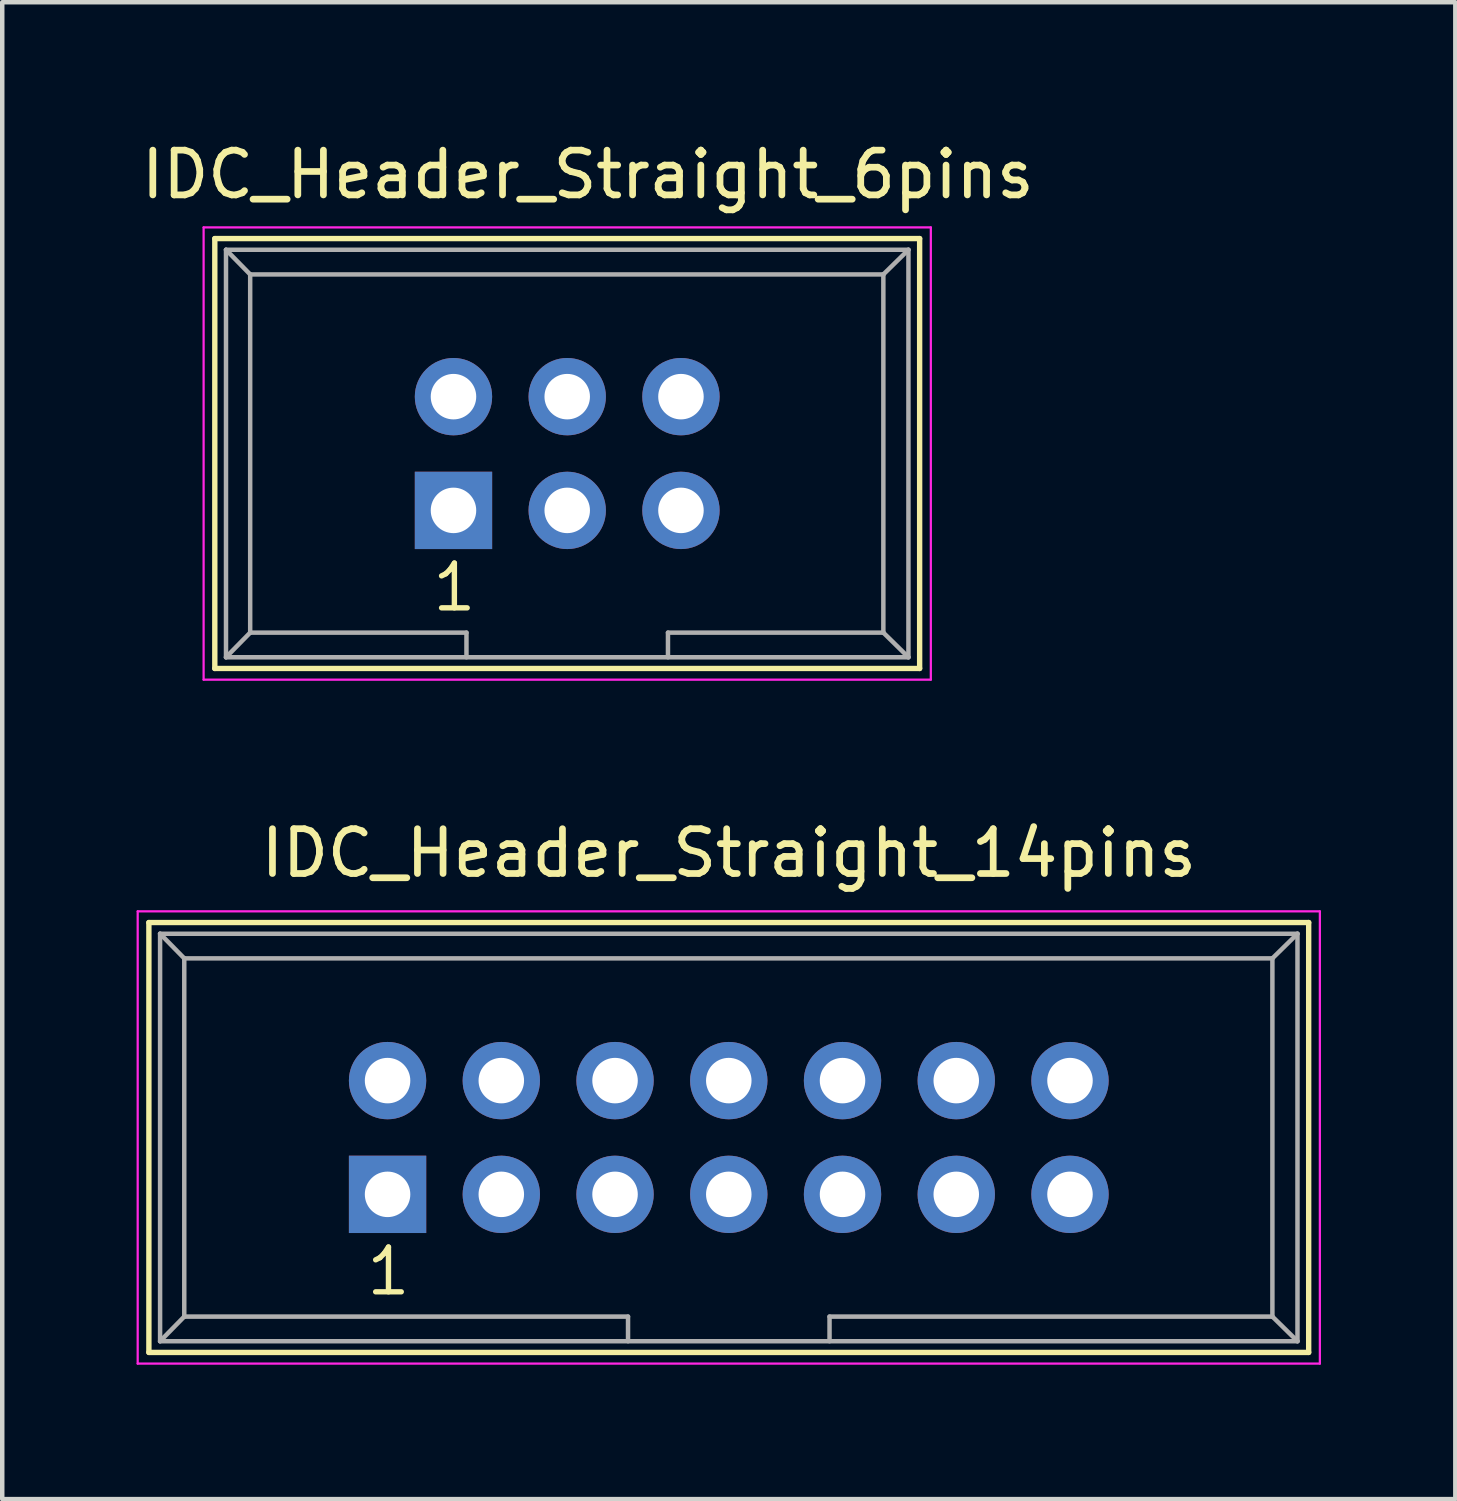
<source format=kicad_pcb>
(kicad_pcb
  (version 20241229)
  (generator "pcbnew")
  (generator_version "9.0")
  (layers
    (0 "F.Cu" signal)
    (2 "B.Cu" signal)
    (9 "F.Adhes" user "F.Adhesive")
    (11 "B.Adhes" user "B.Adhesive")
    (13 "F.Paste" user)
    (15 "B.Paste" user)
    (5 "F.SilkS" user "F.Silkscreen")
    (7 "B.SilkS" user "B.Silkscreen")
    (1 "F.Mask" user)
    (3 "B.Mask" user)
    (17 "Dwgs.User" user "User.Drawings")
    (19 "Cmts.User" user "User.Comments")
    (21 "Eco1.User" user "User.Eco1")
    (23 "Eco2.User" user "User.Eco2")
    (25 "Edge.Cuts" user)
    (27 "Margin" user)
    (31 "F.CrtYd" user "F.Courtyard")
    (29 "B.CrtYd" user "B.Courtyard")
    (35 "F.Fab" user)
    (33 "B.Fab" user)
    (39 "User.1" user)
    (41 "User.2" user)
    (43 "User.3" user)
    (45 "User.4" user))
  (footprint "IDC_Header_Straight_14pins"
    (layer "F.Cu")
    (at 5.605 23.622)
    (property "Reference" "IDC_Header_Straight_14pins" (at 7.62 -7.62 0) (layer "F.SilkS") (effects (font (size 1 1) (thickness 0.15))))
    (attr through_hole)
    (fp_line (start -5.33 -6.07) (end 20.57 -6.07) (stroke (width 0.12) (type solid)) (layer "F.SilkS"))
    (fp_line (start -5.33 3.53) (end -5.33 -6.07) (stroke (width 0.12) (type solid)) (layer "F.SilkS"))
    (fp_line (start 20.57 -6.07) (end 20.57 3.53) (stroke (width 0.12) (type solid)) (layer "F.SilkS"))
    (fp_line (start 20.57 3.53) (end -5.33 3.53) (stroke (width 0.12) (type solid)) (layer "F.SilkS"))
    (fp_line (start -5.58 -6.32) (end 20.82 -6.32) (stroke (width 0.05) (type solid)) (layer "F.CrtYd"))
    (fp_line (start -5.58 3.78) (end -5.58 -6.32) (stroke (width 0.05) (type solid)) (layer "F.CrtYd"))
    (fp_line (start 20.82 -6.32) (end 20.82 3.78) (stroke (width 0.05) (type solid)) (layer "F.CrtYd"))
    (fp_line (start 20.82 3.78) (end -5.58 3.78) (stroke (width 0.05) (type solid)) (layer "F.CrtYd"))
    (fp_line (start -5.08 -5.82) (end -5.08 3.28) (stroke (width 0.1) (type solid)) (layer "F.Fab"))
    (fp_line (start -5.08 -5.82) (end -4.54 -5.27) (stroke (width 0.1) (type solid)) (layer "F.Fab"))
    (fp_line (start -5.08 -5.82) (end 20.32 -5.82) (stroke (width 0.1) (type solid)) (layer "F.Fab"))
    (fp_line (start -5.08 3.28) (end -4.54 2.73) (stroke (width 0.1) (type solid)) (layer "F.Fab"))
    (fp_line (start -5.08 3.28) (end 20.32 3.28) (stroke (width 0.1) (type solid)) (layer "F.Fab"))
    (fp_line (start -4.54 -5.27) (end -4.54 2.73) (stroke (width 0.1) (type solid)) (layer "F.Fab"))
    (fp_line (start -4.54 -5.27) (end 19.76 -5.27) (stroke (width 0.1) (type solid)) (layer "F.Fab"))
    (fp_line (start -4.54 2.73) (end 5.37 2.73) (stroke (width 0.1) (type solid)) (layer "F.Fab"))
    (fp_line (start 5.37 2.73) (end 5.37 3.28) (stroke (width 0.1) (type solid)) (layer "F.Fab"))
    (fp_line (start 9.87 2.73) (end 9.87 3.28) (stroke (width 0.1) (type solid)) (layer "F.Fab"))
    (fp_line (start 9.87 2.73) (end 19.76 2.73) (stroke (width 0.1) (type solid)) (layer "F.Fab"))
    (fp_line (start 19.76 -5.27) (end 19.76 2.73) (stroke (width 0.1) (type solid)) (layer "F.Fab"))
    (fp_line (start 20.32 -5.82) (end 19.76 -5.27) (stroke (width 0.1) (type solid)) (layer "F.Fab"))
    (fp_line (start 20.32 -5.82) (end 20.32 3.28) (stroke (width 0.1) (type solid)) (layer "F.Fab"))
    (fp_line (start 20.32 3.28) (end 19.76 2.73) (stroke (width 0.1) (type solid)) (layer "F.Fab"))
    (fp_text user "1" (at 0.02 1.72 0) (layer "F.SilkS") (effects (font (size 1 1) (thickness 0.12))))
    (pad "1" thru_hole rect (at 0 0) (size 1.727 1.727) (drill 1.016) (layers "*.Cu" "*.Mask"))
    (pad "2" thru_hole oval (at 0 -2.54) (size 1.727 1.727) (drill 1.016) (layers "*.Cu" "*.Mask"))
    (pad "3" thru_hole oval (at 2.54 0) (size 1.727 1.727) (drill 1.016) (layers "*.Cu" "*.Mask"))
    (pad "4" thru_hole oval (at 2.54 -2.54) (size 1.727 1.727) (drill 1.016) (layers "*.Cu" "*.Mask"))
    (pad "5" thru_hole oval (at 5.08 0) (size 1.727 1.727) (drill 1.016) (layers "*.Cu" "*.Mask"))
    (pad "6" thru_hole oval (at 5.08 -2.54) (size 1.727 1.727) (drill 1.016) (layers "*.Cu" "*.Mask"))
    (pad "7" thru_hole oval (at 7.62 0) (size 1.727 1.727) (drill 1.016) (layers "*.Cu" "*.Mask"))
    (pad "8" thru_hole oval (at 7.62 -2.54) (size 1.727 1.727) (drill 1.016) (layers "*.Cu" "*.Mask"))
    (pad "9" thru_hole oval (at 10.16 0) (size 1.727 1.727) (drill 1.016) (layers "*.Cu" "*.Mask"))
    (pad "10" thru_hole oval (at 10.16 -2.54) (size 1.727 1.727) (drill 1.016) (layers "*.Cu" "*.Mask"))
    (pad "11" thru_hole oval (at 12.7 0) (size 1.727 1.727) (drill 1.016) (layers "*.Cu" "*.Mask"))
    (pad "12" thru_hole oval (at 12.7 -2.54) (size 1.727 1.727) (drill 1.016) (layers "*.Cu" "*.Mask"))
    (pad "13" thru_hole oval (at 15.24 0) (size 1.727 1.727) (drill 1.016) (layers "*.Cu" "*.Mask"))
    (pad "14" thru_hole oval (at 15.24 -2.54) (size 1.727 1.727) (drill 1.016) (layers "*.Cu" "*.Mask")))
  (footprint "IDC_Header_Straight_6pins"
    (layer "F.Cu")
    (at 7.077 8.348)
    (property "Reference" "IDC_Header_Straight_6pins" (at 3 -7.5 0) (layer "F.SilkS") (effects (font (size 1 1) (thickness 0.15))))
    (attr through_hole)
    (fp_line (start -5.33 -6.07) (end 10.41 -6.07) (stroke (width 0.12) (type solid)) (layer "F.SilkS"))
    (fp_line (start -5.33 3.53) (end -5.33 -6.07) (stroke (width 0.12) (type solid)) (layer "F.SilkS"))
    (fp_line (start 10.41 -6.07) (end 10.41 3.53) (stroke (width 0.12) (type solid)) (layer "F.SilkS"))
    (fp_line (start 10.41 3.53) (end -5.33 3.53) (stroke (width 0.12) (type solid)) (layer "F.SilkS"))
    (fp_line (start -5.58 -6.32) (end 10.66 -6.32) (stroke (width 0.05) (type solid)) (layer "F.CrtYd"))
    (fp_line (start -5.58 3.78) (end -5.58 -6.32) (stroke (width 0.05) (type solid)) (layer "F.CrtYd"))
    (fp_line (start 10.66 -6.32) (end 10.66 3.78) (stroke (width 0.05) (type solid)) (layer "F.CrtYd"))
    (fp_line (start 10.66 3.78) (end -5.58 3.78) (stroke (width 0.05) (type solid)) (layer "F.CrtYd"))
    (fp_line (start -5.08 -5.82) (end -5.08 3.28) (stroke (width 0.1) (type solid)) (layer "F.Fab"))
    (fp_line (start -5.08 -5.82) (end -4.54 -5.27) (stroke (width 0.1) (type solid)) (layer "F.Fab"))
    (fp_line (start -5.08 -5.82) (end 10.16 -5.82) (stroke (width 0.1) (type solid)) (layer "F.Fab"))
    (fp_line (start -5.08 3.28) (end -4.54 2.73) (stroke (width 0.1) (type solid)) (layer "F.Fab"))
    (fp_line (start -5.08 3.28) (end 10.16 3.28) (stroke (width 0.1) (type solid)) (layer "F.Fab"))
    (fp_line (start -4.54 -5.27) (end -4.54 2.73) (stroke (width 0.1) (type solid)) (layer "F.Fab"))
    (fp_line (start -4.54 -5.27) (end 9.6 -5.27) (stroke (width 0.1) (type solid)) (layer "F.Fab"))
    (fp_line (start -4.54 2.73) (end 0.29 2.73) (stroke (width 0.1) (type solid)) (layer "F.Fab"))
    (fp_line (start 0.29 2.73) (end 0.29 3.28) (stroke (width 0.1) (type solid)) (layer "F.Fab"))
    (fp_line (start 4.79 2.73) (end 4.79 3.28) (stroke (width 0.1) (type solid)) (layer "F.Fab"))
    (fp_line (start 4.79 2.73) (end 9.6 2.73) (stroke (width 0.1) (type solid)) (layer "F.Fab"))
    (fp_line (start 9.6 -5.27) (end 9.6 2.73) (stroke (width 0.1) (type solid)) (layer "F.Fab"))
    (fp_line (start 10.16 -5.82) (end 9.6 -5.27) (stroke (width 0.1) (type solid)) (layer "F.Fab"))
    (fp_line (start 10.16 -5.82) (end 10.16 3.28) (stroke (width 0.1) (type solid)) (layer "F.Fab"))
    (fp_line (start 10.16 3.28) (end 9.6 2.73) (stroke (width 0.1) (type solid)) (layer "F.Fab"))
    (fp_text user "1" (at 0.02 1.72 0) (layer "F.SilkS") (effects (font (size 1 1) (thickness 0.12))))
    (pad "1" thru_hole rect (at 0 0) (size 1.727 1.727) (drill 1.016) (layers "*.Cu" "*.Mask"))
    (pad "2" thru_hole oval (at 0 -2.54) (size 1.727 1.727) (drill 1.016) (layers "*.Cu" "*.Mask"))
    (pad "3" thru_hole oval (at 2.54 0) (size 1.727 1.727) (drill 1.016) (layers "*.Cu" "*.Mask"))
    (pad "4" thru_hole oval (at 2.54 -2.54) (size 1.727 1.727) (drill 1.016) (layers "*.Cu" "*.Mask"))
    (pad "5" thru_hole oval (at 5.08 0) (size 1.727 1.727) (drill 1.016) (layers "*.Cu" "*.Mask"))
    (pad "6" thru_hole oval (at 5.08 -2.54) (size 1.727 1.727) (drill 1.016) (layers "*.Cu" "*.Mask")))
  (gr_rect
    (start -3 -3)
    (end 29.45 30.427)
    (stroke (width 0.1) (type default))
    (fill no)
    (layer "Edge.Cuts")))
</source>
